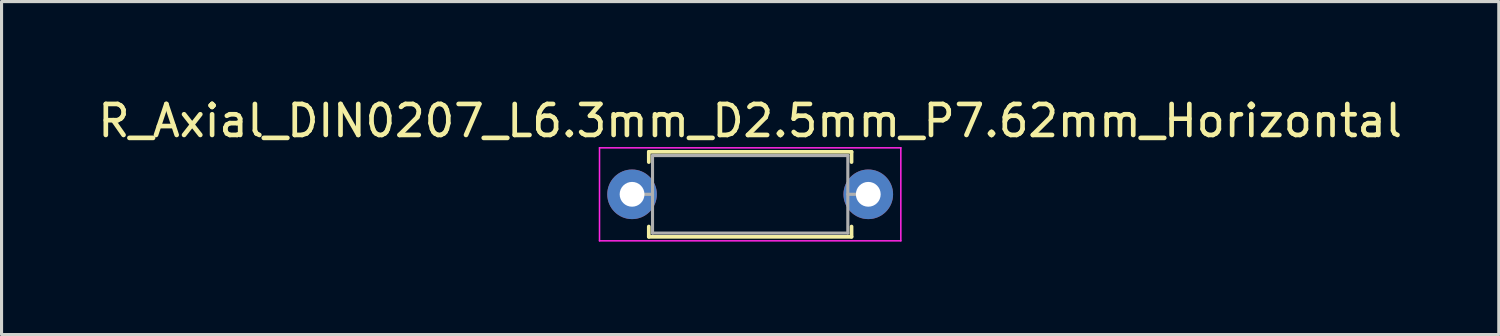
<source format=kicad_pcb>
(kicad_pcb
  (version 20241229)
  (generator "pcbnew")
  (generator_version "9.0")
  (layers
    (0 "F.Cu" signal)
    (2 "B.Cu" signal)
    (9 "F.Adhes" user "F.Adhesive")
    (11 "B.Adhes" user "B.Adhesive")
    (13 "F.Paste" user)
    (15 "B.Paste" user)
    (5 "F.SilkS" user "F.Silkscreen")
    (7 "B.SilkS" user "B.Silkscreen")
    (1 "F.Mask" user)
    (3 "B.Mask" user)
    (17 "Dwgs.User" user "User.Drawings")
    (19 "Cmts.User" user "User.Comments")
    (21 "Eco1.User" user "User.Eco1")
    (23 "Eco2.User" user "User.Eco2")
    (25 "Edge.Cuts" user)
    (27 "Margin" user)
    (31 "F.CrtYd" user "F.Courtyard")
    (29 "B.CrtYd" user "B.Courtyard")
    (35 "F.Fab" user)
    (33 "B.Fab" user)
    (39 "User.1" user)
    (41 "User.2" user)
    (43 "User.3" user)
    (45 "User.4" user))
  (footprint "R_Axial_DIN0207_L6.3mm_D2.5mm_P7.62mm_Horizontal"
    (layer "F.Cu")
    (at 17.339 3.218)
    (property "Reference" "R_Axial_DIN0207_L6.3mm_D2.5mm_P7.62mm_Horizontal" (at 3.81 -2.37 0) (layer "F.SilkS") (effects (font (size 1 1) (thickness 0.15))))
    (attr through_hole)
    (fp_line (start 0.54 -1.37) (end 7.08 -1.37) (stroke (width 0.12) (type solid)) (layer "F.SilkS"))
    (fp_line (start 0.54 -1.04) (end 0.54 -1.37) (stroke (width 0.12) (type solid)) (layer "F.SilkS"))
    (fp_line (start 0.54 1.04) (end 0.54 1.37) (stroke (width 0.12) (type solid)) (layer "F.SilkS"))
    (fp_line (start 0.54 1.37) (end 7.08 1.37) (stroke (width 0.12) (type solid)) (layer "F.SilkS"))
    (fp_line (start 7.08 -1.37) (end 7.08 -1.04) (stroke (width 0.12) (type solid)) (layer "F.SilkS"))
    (fp_line (start 7.08 1.37) (end 7.08 1.04) (stroke (width 0.12) (type solid)) (layer "F.SilkS"))
    (fp_line (start -1.05 -1.5) (end -1.05 1.5) (stroke (width 0.05) (type solid)) (layer "F.CrtYd"))
    (fp_line (start -1.05 1.5) (end 8.67 1.5) (stroke (width 0.05) (type solid)) (layer "F.CrtYd"))
    (fp_line (start 8.67 -1.5) (end -1.05 -1.5) (stroke (width 0.05) (type solid)) (layer "F.CrtYd"))
    (fp_line (start 8.67 1.5) (end 8.67 -1.5) (stroke (width 0.05) (type solid)) (layer "F.CrtYd"))
    (fp_line (start 0 0) (end 0.66 0) (stroke (width 0.1) (type solid)) (layer "F.Fab"))
    (fp_line (start 0.66 -1.25) (end 0.66 1.25) (stroke (width 0.1) (type solid)) (layer "F.Fab"))
    (fp_line (start 0.66 1.25) (end 6.96 1.25) (stroke (width 0.1) (type solid)) (layer "F.Fab"))
    (fp_line (start 6.96 -1.25) (end 0.66 -1.25) (stroke (width 0.1) (type solid)) (layer "F.Fab"))
    (fp_line (start 6.96 1.25) (end 6.96 -1.25) (stroke (width 0.1) (type solid)) (layer "F.Fab"))
    (fp_line (start 7.62 0) (end 6.96 0) (stroke (width 0.1) (type solid)) (layer "F.Fab"))
    (pad "1" thru_hole circle (at 0 0) (size 1.6 1.6) (drill 0.8) (layers "*.Cu" "*.Mask"))
    (pad "2" thru_hole oval (at 7.62 0) (size 1.6 1.6) (drill 0.8) (layers "*.Cu" "*.Mask")))
  (gr_rect
    (start -3 -3)
    (end 45.298 7.743)
    (stroke (width 0.1) (type default))
    (fill no)
    (layer "Edge.Cuts")))
</source>
